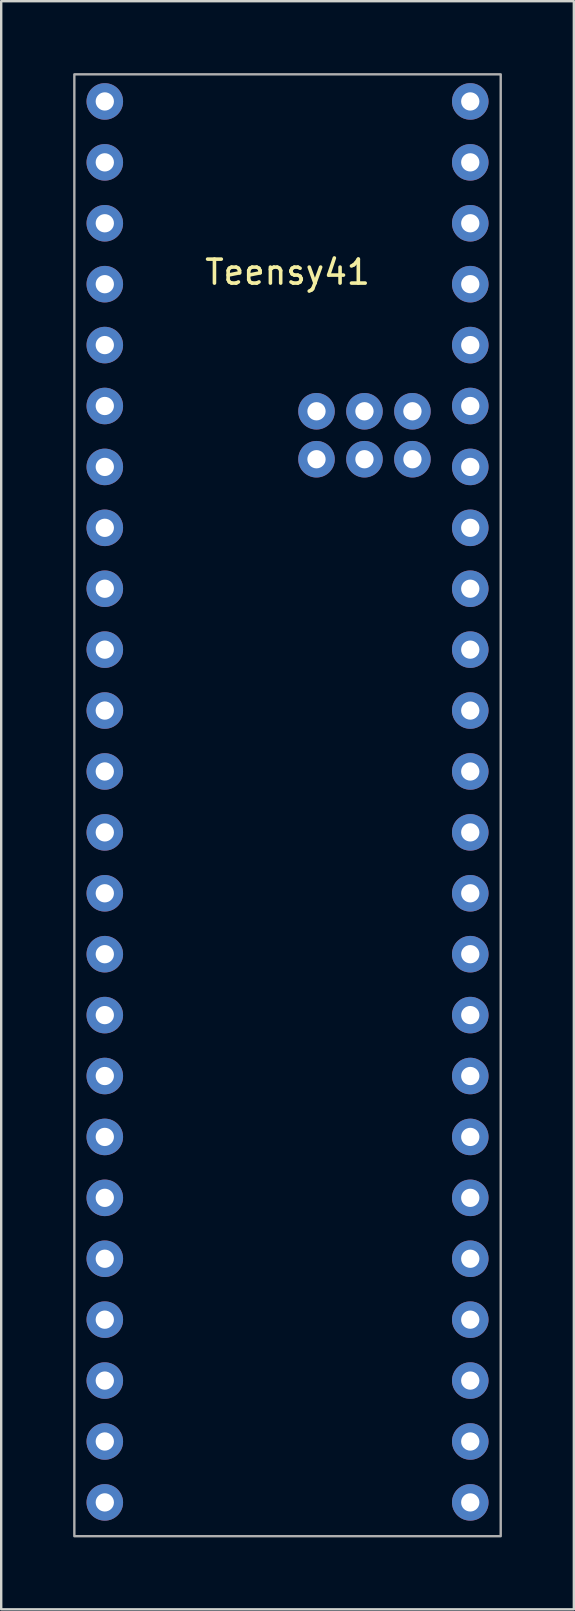
<source format=kicad_pcb>
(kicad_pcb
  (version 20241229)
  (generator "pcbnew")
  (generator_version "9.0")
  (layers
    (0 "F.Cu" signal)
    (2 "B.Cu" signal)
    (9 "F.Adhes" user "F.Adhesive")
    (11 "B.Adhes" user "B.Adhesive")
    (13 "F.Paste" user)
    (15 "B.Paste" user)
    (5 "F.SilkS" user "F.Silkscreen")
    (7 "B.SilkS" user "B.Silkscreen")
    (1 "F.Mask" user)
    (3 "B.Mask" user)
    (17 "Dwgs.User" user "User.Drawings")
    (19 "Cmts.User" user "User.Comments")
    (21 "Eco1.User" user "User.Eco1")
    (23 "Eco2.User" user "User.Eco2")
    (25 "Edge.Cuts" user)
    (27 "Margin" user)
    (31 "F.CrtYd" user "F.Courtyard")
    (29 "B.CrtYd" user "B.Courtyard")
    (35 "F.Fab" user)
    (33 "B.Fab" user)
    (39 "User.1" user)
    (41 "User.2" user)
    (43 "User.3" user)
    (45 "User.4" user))
  (footprint "Teensy41"
    (layer "F.Cu")
    (at 8.94 8.8)
    (property "Reference" "Teensy41" (at 0 -0.5 0) (unlocked yes) (layer "F.SilkS") (effects (font (size 1 1) (thickness 0.15))))
    (attr through_hole)
    (fp_rect (start -8.89 -8.75) (end 8.89 52.21) (stroke (width 0.1) (type default)) (fill no) (layer "F.Fab"))
    (pad "0" thru_hole circle (at -7.62 -5.08) (size 1.524 1.524) (drill 0.762) (layers "*.Cu" "*.Mask"))
    (pad "1" thru_hole circle (at -7.62 -2.54) (size 1.524 1.524) (drill 0.762) (layers "*.Cu" "*.Mask"))
    (pad "2" thru_hole circle (at -7.62 0) (size 1.524 1.524) (drill 0.762) (layers "*.Cu" "*.Mask"))
    (pad "3" thru_hole circle (at -7.62 2.54) (size 1.524 1.524) (drill 0.762) (layers "*.Cu" "*.Mask"))
    (pad "3V" thru_hole circle (at -7.62 27.94) (size 1.524 1.524) (drill 0.762) (layers "*.Cu" "*.Mask"))
    (pad "3V" thru_hole circle (at 7.62 -2.54) (size 1.524 1.524) (drill 0.762) (layers "*.Cu" "*.Mask"))
    (pad "4" thru_hole circle (at -7.62 5.08) (size 1.524 1.524) (drill 0.762) (layers "*.Cu" "*.Mask"))
    (pad "5" thru_hole circle (at -7.62 7.62) (size 1.524 1.524) (drill 0.762) (layers "*.Cu" "*.Mask"))
    (pad "5V" thru_hole circle (at 7.62 -7.62) (size 1.524 1.524) (drill 0.762) (layers "*.Cu" "*.Mask"))
    (pad "6" thru_hole circle (at -7.62 10.16) (size 1.524 1.524) (drill 0.762) (layers "*.Cu" "*.Mask"))
    (pad "7" thru_hole circle (at -7.62 12.7) (size 1.524 1.524) (drill 0.762) (layers "*.Cu" "*.Mask"))
    (pad "8" thru_hole circle (at -7.62 15.24) (size 1.524 1.524) (drill 0.762) (layers "*.Cu" "*.Mask"))
    (pad "9" thru_hole circle (at -7.62 17.78) (size 1.524 1.524) (drill 0.762) (layers "*.Cu" "*.Mask"))
    (pad "10" thru_hole circle (at -7.62 20.32) (size 1.524 1.524) (drill 0.762) (layers "*.Cu" "*.Mask"))
    (pad "11" thru_hole circle (at -7.62 22.86) (size 1.524 1.524) (drill 0.762) (layers "*.Cu" "*.Mask"))
    (pad "12" thru_hole circle (at -7.62 25.4) (size 1.524 1.524) (drill 0.762) (layers "*.Cu" "*.Mask"))
    (pad "13" thru_hole circle (at 7.62 25.4) (size 1.524 1.524) (drill 0.762) (layers "*.Cu" "*.Mask"))
    (pad "14" thru_hole circle (at 7.62 22.86) (size 1.524 1.524) (drill 0.762) (layers "*.Cu" "*.Mask"))
    (pad "15" thru_hole circle (at 7.62 20.32) (size 1.524 1.524) (drill 0.762) (layers "*.Cu" "*.Mask"))
    (pad "16" thru_hole circle (at 7.62 17.78) (size 1.524 1.524) (drill 0.762) (layers "*.Cu" "*.Mask"))
    (pad "17" thru_hole circle (at 7.62 15.24) (size 1.524 1.524) (drill 0.762) (layers "*.Cu" "*.Mask"))
    (pad "18" thru_hole circle (at 7.62 12.7) (size 1.524 1.524) (drill 0.762) (layers "*.Cu" "*.Mask"))
    (pad "19" thru_hole circle (at 7.62 10.16) (size 1.524 1.524) (drill 0.762) (layers "*.Cu" "*.Mask"))
    (pad "20" thru_hole circle (at 7.62 7.62) (size 1.524 1.524) (drill 0.762) (layers "*.Cu" "*.Mask"))
    (pad "21" thru_hole circle (at 7.62 5.08) (size 1.524 1.524) (drill 0.762) (layers "*.Cu" "*.Mask"))
    (pad "22" thru_hole circle (at 7.62 2.54) (size 1.524 1.524) (drill 0.762) (layers "*.Cu" "*.Mask"))
    (pad "23" thru_hole circle (at 7.62 0) (size 1.524 1.524) (drill 0.762) (layers "*.Cu" "*.Mask"))
    (pad "24" thru_hole circle (at -7.62 30.48) (size 1.524 1.524) (drill 0.762) (layers "*.Cu" "*.Mask"))
    (pad "25" thru_hole circle (at -7.62 33.02) (size 1.524 1.524) (drill 0.762) (layers "*.Cu" "*.Mask"))
    (pad "26" thru_hole circle (at -7.62 35.56) (size 1.524 1.524) (drill 0.762) (layers "*.Cu" "*.Mask"))
    (pad "27" thru_hole circle (at -7.62 38.1) (size 1.524 1.524) (drill 0.762) (layers "*.Cu" "*.Mask"))
    (pad "28" thru_hole circle (at -7.62 40.64) (size 1.524 1.524) (drill 0.762) (layers "*.Cu" "*.Mask"))
    (pad "29" thru_hole circle (at -7.62 43.18) (size 1.524 1.524) (drill 0.762) (layers "*.Cu" "*.Mask"))
    (pad "30" thru_hole circle (at -7.62 45.72) (size 1.524 1.524) (drill 0.762) (layers "*.Cu" "*.Mask"))
    (pad "31" thru_hole circle (at -7.62 48.26) (size 1.524 1.524) (drill 0.762) (layers "*.Cu" "*.Mask"))
    (pad "32" thru_hole circle (at -7.62 50.8) (size 1.524 1.524) (drill 0.762) (layers "*.Cu" "*.Mask"))
    (pad "33" thru_hole circle (at 7.62 50.8) (size 1.524 1.524) (drill 0.762) (layers "*.Cu" "*.Mask"))
    (pad "34" thru_hole circle (at 7.62 48.26) (size 1.524 1.524) (drill 0.762) (layers "*.Cu" "*.Mask"))
    (pad "35" thru_hole circle (at 7.62 45.72) (size 1.524 1.524) (drill 0.762) (layers "*.Cu" "*.Mask"))
    (pad "36" thru_hole circle (at 7.62 43.18) (size 1.524 1.524) (drill 0.762) (layers "*.Cu" "*.Mask"))
    (pad "37" thru_hole circle (at 7.62 40.64) (size 1.524 1.524) (drill 0.762) (layers "*.Cu" "*.Mask"))
    (pad "38" thru_hole circle (at 7.62 38.1) (size 1.524 1.524) (drill 0.762) (layers "*.Cu" "*.Mask"))
    (pad "39" thru_hole circle (at 7.62 35.56) (size 1.524 1.524) (drill 0.762) (layers "*.Cu" "*.Mask"))
    (pad "40" thru_hole circle (at 7.62 33.02) (size 1.524 1.524) (drill 0.762) (layers "*.Cu" "*.Mask"))
    (pad "41" thru_hole circle (at 7.62 30.48) (size 1.524 1.524) (drill 0.762) (layers "*.Cu" "*.Mask"))
    (pad "G" thru_hole circle (at -7.62 -7.62) (size 1.524 1.524) (drill 0.762) (layers "*.Cu" "*.Mask"))
    (pad "G" thru_hole circle (at 3.208 7.3) (size 1.524 1.524) (drill 0.762) (layers "*.Cu" "*.Mask"))
    (pad "G" thru_hole circle (at 7.62 -5.08) (size 1.524 1.524) (drill 0.762) (layers "*.Cu" "*.Mask"))
    (pad "G" thru_hole circle (at 7.62 27.94) (size 1.524 1.524) (drill 0.762) (layers "*.Cu" "*.Mask"))
    (pad "LED" thru_hole circle (at 3.208 5.3) (size 1.524 1.524) (drill 0.762) (layers "*.Cu" "*.Mask"))
    (pad "R+" thru_hole circle (at 5.208 5.3) (size 1.524 1.524) (drill 0.762) (layers "*.Cu" "*.Mask"))
    (pad "R-" thru_hole circle (at 5.208 7.3) (size 1.524 1.524) (drill 0.762) (layers "*.Cu" "*.Mask"))
    (pad "T+" thru_hole circle (at 1.208 7.3) (size 1.524 1.524) (drill 0.762) (layers "*.Cu" "*.Mask"))
    (pad "T-" thru_hole circle (at 1.208 5.3) (size 1.524 1.524) (drill 0.762) (layers "*.Cu" "*.Mask")))
  (gr_rect
    (start -3 -3)
    (end 20.88 64.06)
    (stroke (width 0.1) (type default))
    (fill no)
    (layer "Edge.Cuts")))
</source>
